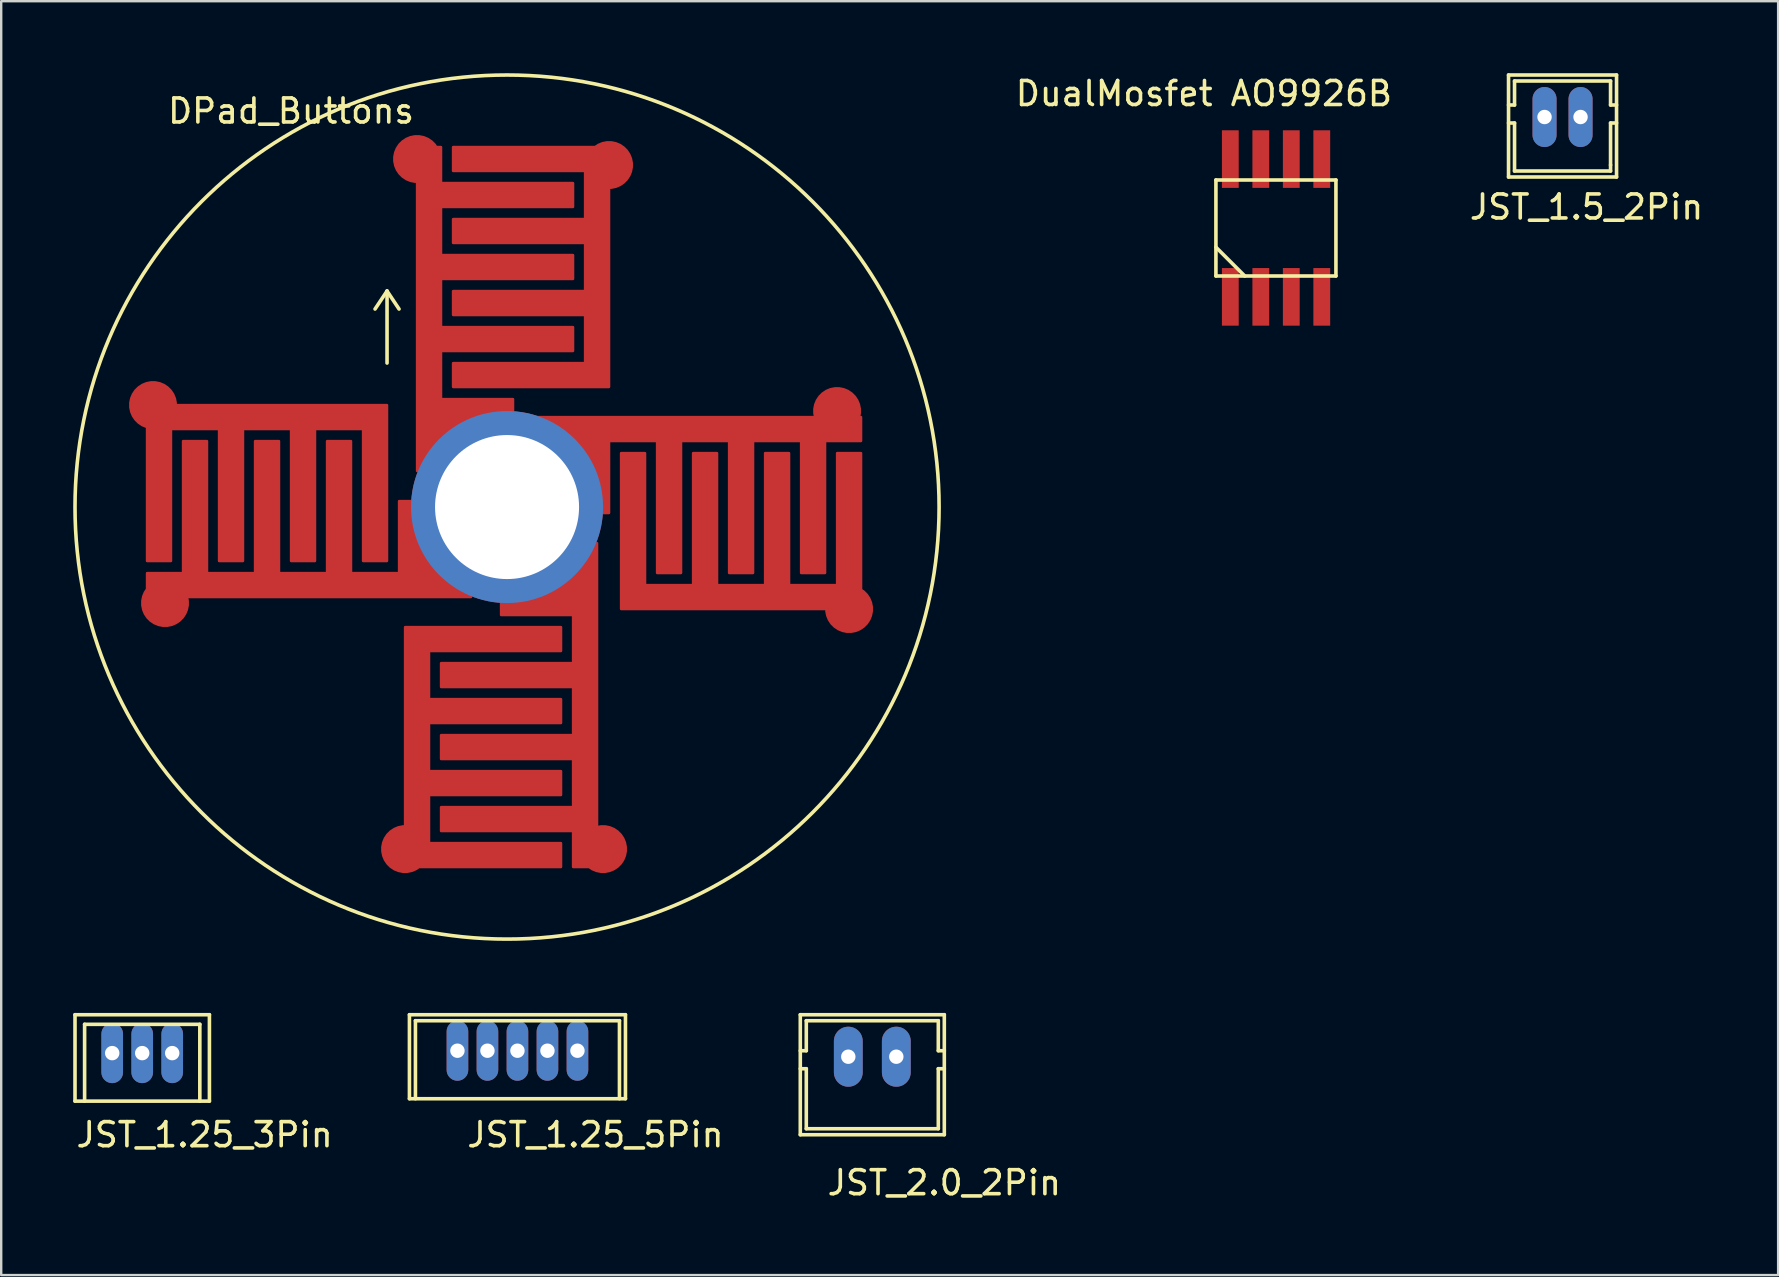
<source format=kicad_pcb>
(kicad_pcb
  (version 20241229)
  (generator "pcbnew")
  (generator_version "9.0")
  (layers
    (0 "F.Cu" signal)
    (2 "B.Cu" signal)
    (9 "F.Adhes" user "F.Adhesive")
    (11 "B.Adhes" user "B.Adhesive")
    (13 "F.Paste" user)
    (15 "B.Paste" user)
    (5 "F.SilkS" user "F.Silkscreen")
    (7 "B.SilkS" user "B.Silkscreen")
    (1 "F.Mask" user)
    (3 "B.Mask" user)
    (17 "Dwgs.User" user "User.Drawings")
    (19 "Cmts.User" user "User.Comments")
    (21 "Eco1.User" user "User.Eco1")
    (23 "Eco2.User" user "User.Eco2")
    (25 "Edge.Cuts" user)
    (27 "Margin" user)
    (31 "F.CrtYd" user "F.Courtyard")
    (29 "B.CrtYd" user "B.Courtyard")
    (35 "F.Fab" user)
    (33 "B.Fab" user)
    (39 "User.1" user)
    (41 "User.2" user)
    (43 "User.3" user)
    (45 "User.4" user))
  (footprint "JST_1.25_5Pin"
    (layer "F.Cu")
    (at 18.508 40.725)
    (property "Reference" "JST_1.25_5Pin" (at 3.25 3.5 0) (layer "F.SilkS") (effects (font (size 1 1) (thickness 0.15))))
    (attr through_hole)
    (fp_line (start -4.5 -1.5) (end 4.5 -1.5) (stroke (width 0.15) (type solid)) (layer "F.SilkS"))
    (fp_line (start -4.5 2) (end -4.5 -1.5) (stroke (width 0.15) (type solid)) (layer "F.SilkS"))
    (fp_line (start -4.25 -1.25) (end 4.25 -1.25) (stroke (width 0.15) (type solid)) (layer "F.SilkS"))
    (fp_line (start -4.25 2) (end -4.25 -1.25) (stroke (width 0.15) (type solid)) (layer "F.SilkS"))
    (fp_line (start 4.25 -1.25) (end 4.25 2) (stroke (width 0.15) (type solid)) (layer "F.SilkS"))
    (fp_line (start 4.5 -1.5) (end 4.5 2) (stroke (width 0.15) (type solid)) (layer "F.SilkS"))
    (fp_line (start 4.5 2) (end -4.5 2) (stroke (width 0.15) (type solid)) (layer "F.SilkS"))
    (pad "1" thru_hole oval (at -2.5 0) (size 0.9 2.5) (drill 0.6) (layers "*.Cu" "*.Mask"))
    (pad "2" thru_hole oval (at -1.25 0) (size 0.9 2.5) (drill 0.6) (layers "*.Cu" "*.Mask"))
    (pad "3" thru_hole oval (at 0 0) (size 0.9 2.5) (drill 0.6) (layers "*.Cu" "*.Mask"))
    (pad "4" thru_hole oval (at 1.25 0) (size 0.9 2.5) (drill 0.6) (layers "*.Cu" "*.Mask"))
    (pad "5" thru_hole oval (at 2.5 0) (size 0.9 2.5) (drill 0.6) (layers "*.Cu" "*.Mask")))
  (footprint "JST_2.0_2Pin"
    (layer "F.Cu")
    (at 33.292 40.975)
    (property "Reference" "JST_2.0_2Pin" (at 3 5.25 0) (layer "F.SilkS") (effects (font (size 1 1) (thickness 0.15))))
    (attr through_hole)
    (fp_line (start -3 -1.75) (end 3 -1.75) (stroke (width 0.15) (type solid)) (layer "F.SilkS"))
    (fp_line (start -3 -0.25) (end -2.75 -0.25) (stroke (width 0.15) (type solid)) (layer "F.SilkS"))
    (fp_line (start -3 3.25) (end -3 -1.75) (stroke (width 0.15) (type solid)) (layer "F.SilkS"))
    (fp_line (start -2.75 -1.5) (end 2.75 -1.5) (stroke (width 0.15) (type solid)) (layer "F.SilkS"))
    (fp_line (start -2.75 -0.25) (end -2.75 -1.5) (stroke (width 0.15) (type solid)) (layer "F.SilkS"))
    (fp_line (start -2.75 0.5) (end -3 0.5) (stroke (width 0.15) (type solid)) (layer "F.SilkS"))
    (fp_line (start -2.75 3) (end -2.75 0.5) (stroke (width 0.15) (type solid)) (layer "F.SilkS"))
    (fp_line (start 2.75 -1.5) (end 2.75 -0.25) (stroke (width 0.15) (type solid)) (layer "F.SilkS"))
    (fp_line (start 2.75 -0.25) (end 3 -0.25) (stroke (width 0.15) (type solid)) (layer "F.SilkS"))
    (fp_line (start 2.75 0.5) (end 2.75 3) (stroke (width 0.15) (type solid)) (layer "F.SilkS"))
    (fp_line (start 2.75 3) (end -2.75 3) (stroke (width 0.15) (type solid)) (layer "F.SilkS"))
    (fp_line (start 3 -1.75) (end 3 3.25) (stroke (width 0.15) (type solid)) (layer "F.SilkS"))
    (fp_line (start 3 0.5) (end 2.75 0.5) (stroke (width 0.15) (type solid)) (layer "F.SilkS"))
    (fp_line (start 3 3.25) (end -3 3.25) (stroke (width 0.15) (type solid)) (layer "F.SilkS"))
    (pad "1" thru_hole oval (at -1 0) (size 1.2 2.5) (drill 0.6) (layers "*.Cu" "*.Mask"))
    (pad "2" thru_hole oval (at 1 0) (size 1.2 2.5) (drill 0.6) (layers "*.Cu" "*.Mask")))
  (footprint "DualMosfet AO9926B"
    (layer "F.Cu")
    (at 50.108 6.448)
    (property "Reference" "DualMosfet AO9926B" (at -3 -5.6 0) (layer "F.SilkS") (effects (font (size 1 1) (thickness 0.15))))
    (attr through_hole)
    (fp_line (start -2.5 -2) (end 2.5 -2) (stroke (width 0.15) (type solid)) (layer "F.SilkS"))
    (fp_line (start -2.5 2) (end -2.5 -2) (stroke (width 0.15) (type solid)) (layer "F.SilkS"))
    (fp_line (start -1.3 2) (end -2.5 0.8) (stroke (width 0.15) (type solid)) (layer "F.SilkS"))
    (fp_line (start 2.5 -2) (end 2.5 2) (stroke (width 0.15) (type solid)) (layer "F.SilkS"))
    (fp_line (start 2.5 2) (end -2.5 2) (stroke (width 0.15) (type solid)) (layer "F.SilkS"))
    (pad "1" smd rect (at -1.9 2.87) (size 0.7 2.4) (layers "F.Cu" "F.Mask" "F.Paste"))
    (pad "2" smd rect (at -0.63 2.87) (size 0.7 2.4) (layers "F.Cu" "F.Mask" "F.Paste"))
    (pad "3" smd rect (at 0.64 2.87) (size 0.7 2.4) (layers "F.Cu" "F.Mask" "F.Paste"))
    (pad "4" smd rect (at 1.91 2.87) (size 0.7 2.4) (layers "F.Cu" "F.Mask" "F.Paste"))
    (pad "5" smd rect (at 1.91 -2.87) (size 0.7 2.4) (layers "F.Cu" "F.Mask" "F.Paste"))
    (pad "6" smd rect (at 0.64 -2.87) (size 0.7 2.4) (layers "F.Cu" "F.Mask" "F.Paste"))
    (pad "7" smd rect (at -0.63 -2.87) (size 0.7 2.4) (layers "F.Cu" "F.Mask" "F.Paste"))
    (pad "8" smd rect (at -1.9 -2.87) (size 0.7 2.4) (layers "F.Cu" "F.Mask" "F.Paste")))
  (footprint "JST_1.5_2Pin"
    (layer "F.Cu")
    (at 62.049 1.825)
    (property "Reference" "JST_1.5_2Pin" (at 1 3.75 0) (layer "F.SilkS") (effects (font (size 1 1) (thickness 0.15))))
    (attr through_hole)
    (fp_line (start -2.25 -1.75) (end 2.25 -1.75) (stroke (width 0.15) (type solid)) (layer "F.SilkS"))
    (fp_line (start -2.25 -0.5) (end -2 -0.5) (stroke (width 0.15) (type solid)) (layer "F.SilkS"))
    (fp_line (start -2.25 2.5) (end -2.25 -1.75) (stroke (width 0.15) (type solid)) (layer "F.SilkS"))
    (fp_line (start -2 -1.5) (end 2 -1.5) (stroke (width 0.15) (type solid)) (layer "F.SilkS"))
    (fp_line (start -2 -0.5) (end -2 -1.5) (stroke (width 0.15) (type solid)) (layer "F.SilkS"))
    (fp_line (start -2 0.25) (end -2.25 0.25) (stroke (width 0.15) (type solid)) (layer "F.SilkS"))
    (fp_line (start -2 2.25) (end -2 0.25) (stroke (width 0.15) (type solid)) (layer "F.SilkS"))
    (fp_line (start 2 -1.5) (end 2 -0.5) (stroke (width 0.15) (type solid)) (layer "F.SilkS"))
    (fp_line (start 2 -0.5) (end 2.25 -0.5) (stroke (width 0.15) (type solid)) (layer "F.SilkS"))
    (fp_line (start 2 0.25) (end 2 2) (stroke (width 0.15) (type solid)) (layer "F.SilkS"))
    (fp_line (start 2 2) (end 2 2.25) (stroke (width 0.15) (type solid)) (layer "F.SilkS"))
    (fp_line (start 2 2.25) (end -2 2.25) (stroke (width 0.15) (type solid)) (layer "F.SilkS"))
    (fp_line (start 2.25 -1.75) (end 2.25 2.5) (stroke (width 0.15) (type solid)) (layer "F.SilkS"))
    (fp_line (start 2.25 0.25) (end 2 0.25) (stroke (width 0.15) (type solid)) (layer "F.SilkS"))
    (fp_line (start 2.25 2.5) (end -2.25 2.5) (stroke (width 0.15) (type solid)) (layer "F.SilkS"))
    (pad "1" thru_hole oval (at -0.75 0) (size 1 2.5) (drill 0.6) (layers "*.Cu" "*.Mask"))
    (pad "2" thru_hole oval (at 0.75 0) (size 1 2.5) (drill 0.6) (layers "*.Cu" "*.Mask")))
  (footprint "JST_1.25_3Pin"
    (layer "F.Cu")
    (at 2.875 40.825)
    (property "Reference" "JST_1.25_3Pin" (at 2.6 3.4 0) (layer "F.SilkS") (effects (font (size 1 1) (thickness 0.15))))
    (attr through_hole)
    (fp_line (start -2.8 -1.6) (end 2.8 -1.6) (stroke (width 0.15) (type solid)) (layer "F.SilkS"))
    (fp_line (start -2.8 2) (end -2.8 -1.6) (stroke (width 0.15) (type solid)) (layer "F.SilkS"))
    (fp_line (start -2.4 -1.2) (end 2.4 -1.2) (stroke (width 0.15) (type solid)) (layer "F.SilkS"))
    (fp_line (start -2.4 2) (end -2.4 -1.2) (stroke (width 0.15) (type solid)) (layer "F.SilkS"))
    (fp_line (start 2.4 -1.2) (end 2.4 2) (stroke (width 0.15) (type solid)) (layer "F.SilkS"))
    (fp_line (start 2.8 -1.6) (end 2.8 2) (stroke (width 0.15) (type solid)) (layer "F.SilkS"))
    (fp_line (start 2.8 2) (end -2.8 2) (stroke (width 0.15) (type solid)) (layer "F.SilkS"))
    (pad "1" thru_hole oval (at -1.25 0) (size 0.9 2.5) (drill 0.6) (layers "*.Cu" "*.Mask"))
    (pad "2" thru_hole oval (at 0 0) (size 0.9 2.5) (drill 0.6) (layers "*.Cu" "*.Mask"))
    (pad "3" thru_hole oval (at 1.25 0) (size 0.9 2.5) (drill 0.6) (layers "*.Cu" "*.Mask")))
  (footprint "DPad_Buttons"
    (layer "F.Cu")
    (at 18.075 18.075)
    (property "Reference" "DPad_Buttons" (at -9 -16.5 0) (layer "F.SilkS") (effects (font (size 1 1) (thickness 0.15))))
    (attr through_hole)
    (fp_line (start -5 -9) (end -5.5 -8.25) (stroke (width 0.15) (type solid)) (layer "F.SilkS"))
    (fp_line (start -5 -9) (end -4.5 -8.25) (stroke (width 0.15) (type solid)) (layer "F.SilkS"))
    (fp_line (start -5 -6) (end -5 -9) (stroke (width 0.15) (type solid)) (layer "F.SilkS"))
    (fp_circle (center 0 0) (end 18 0) (stroke (width 0.15) (type solid)) (fill no) (layer "F.SilkS"))
    (pad "1" smd custom (at -14.25 4) (size 2 2) (layers "F.Cu" "F.Mask" "F.Paste") (options (anchor circle)) (primitives (gr_poly (pts (xy 0.75 -1.25) (xy 0.75 -6.75) (xy 1.75 -6.75) (xy 1.75 -1.25) (xy 3.75 -1.25) (xy 3.75 -6.75) (xy 4.75 -6.75) (xy 4.75 -1.25) (xy 6.75 -1.25) (xy 6.75 -6.75) (xy 7.75 -6.75) (xy 7.75 -1.25) (xy 9.75 -1.25) (xy 9.75 -4.25) (xy 10.75 -4.25) (xy 11.25 -2.25) (xy 12.75 -0.25) (xy -0.75 -0.25) (xy -0.75 -1.25)) (width 0.1) (fill yes))))
    (pad "1" smd custom (at -3.75 -14.5) (size 2 2) (layers "F.Cu" "F.Mask" "F.Paste") (options (anchor circle)) (primitives (gr_poly (pts (xy 1 1) (xy 6.5 1) (xy 6.5 2) (xy 1 2) (xy 1 4) (xy 6.5 4) (xy 6.5 5) (xy 1 5) (xy 1 7) (xy 6.5 7) (xy 6.5 8) (xy 1 8) (xy 1 10) (xy 4 10) (xy 4 11) (xy 2 11.5) (xy 0 13) (xy 0 -0.5) (xy 1 -0.5)) (width 0.1) (fill yes))))
    (pad "1" thru_hole circle (at 0 0) (size 8 8) (drill 6) (layers "*.Cu" "*.Mask"))
    (pad "1" smd custom (at 4 14.25) (size 2 2) (layers "F.Cu" "F.Mask" "F.Paste") (options (anchor circle)) (primitives (gr_poly (pts (xy -1.25 -0.75) (xy -6.75 -0.75) (xy -6.75 -1.75) (xy -1.25 -1.75) (xy -1.25 -3.75) (xy -6.75 -3.75) (xy -6.75 -4.75) (xy -1.25 -4.75) (xy -1.25 -6.75) (xy -6.75 -6.75) (xy -6.75 -7.75) (xy -1.25 -7.75) (xy -1.25 -9.75) (xy -4.25 -9.75) (xy -4.25 -10.75) (xy -2.25 -11.25) (xy -0.25 -12.75) (xy -0.25 0.75) (xy -1.25 0.75)) (width 0.1) (fill yes))))
    (pad "1" smd custom (at 13.75 -4) (size 2 2) (layers "F.Cu" "F.Mask" "F.Paste") (options (anchor circle)) (primitives (gr_poly (pts (xy -0.5 1.25) (xy -0.5 6.75) (xy -1.5 6.75) (xy -1.5 1.25) (xy -3.5 1.25) (xy -3.5 6.75) (xy -4.5 6.75) (xy -4.5 1.25) (xy -6.5 1.25) (xy -6.5 6.75) (xy -7.5 6.75) (xy -7.5 1.25) (xy -9.5 1.25) (xy -9.5 4.25) (xy -10.5 4.25) (xy -11 2.25) (xy -12.5 0.25) (xy 1 0.25) (xy 1 1.25)) (width 0.1) (fill yes))))
    (pad "2" smd custom (at 4.25 -14.25) (size 2 2) (layers "F.Cu" "F.Mask" "F.Paste") (options (anchor circle)) (primitives (gr_poly (pts (xy 0 9.25) (xy -6.5 9.25) (xy -6.5 8.25) (xy -1 8.25) (xy -1 6.25) (xy -6.5 6.25) (xy -6.5 5.25) (xy -1 5.25) (xy -1 3.25) (xy -6.5 3.25) (xy -6.5 2.25) (xy -1 2.25) (xy -1 0.25) (xy -6.5 0.25) (xy -6.5 -0.75) (xy 0 -0.75)) (width 0.1) (fill yes))))
    (pad "3" smd custom (at 14.25 4.25) (size 2 2) (layers "F.Cu" "F.Mask" "F.Paste") (options (anchor circle)) (primitives (gr_poly (pts (xy -9.5 0) (xy -9.5 -6.5) (xy -8.5 -6.5) (xy -8.5 -1) (xy -6.5 -1) (xy -6.5 -6.5) (xy -5.5 -6.5) (xy -5.5 -1) (xy -3.5 -1) (xy -3.5 -6.5) (xy -2.5 -6.5) (xy -2.5 -1) (xy -0.5 -1) (xy -0.5 -6.5) (xy 0.5 -6.5) (xy 0.5 0)) (width 0.1) (fill yes))))
    (pad "4" smd custom (at -4.25 14.25) (size 2 2) (layers "F.Cu" "F.Mask" "F.Paste") (options (anchor circle)) (primitives (gr_poly (pts (xy 0 -9.25) (xy 6.5 -9.25) (xy 6.5 -8.25) (xy 1 -8.25) (xy 1 -6.25) (xy 6.5 -6.25) (xy 6.5 -5.25) (xy 1 -5.25) (xy 1 -3.25) (xy 6.5 -3.25) (xy 6.5 -2.25) (xy 1 -2.25) (xy 1 -0.25) (xy 6.5 -0.25) (xy 6.5 0.75) (xy 0 0.75)) (width 0.1) (fill yes))))
    (pad "5" smd custom (at -14.75 -4.25) (size 2 2) (layers "F.Cu" "F.Mask" "F.Paste") (options (anchor circle)) (primitives (gr_poly (pts (xy 9.75 0) (xy 9.75 6.5) (xy 8.75 6.5) (xy 8.75 1) (xy 6.75 1) (xy 6.75 6.5) (xy 5.75 6.5) (xy 5.75 1) (xy 3.75 1) (xy 3.75 6.5) (xy 2.75 6.5) (xy 2.75 1) (xy 0.75 1) (xy 0.75 6.5) (xy -0.25 6.5) (xy -0.25 0)) (width 0.1) (fill yes)))))
  (gr_rect
    (start -3 -3)
    (end 71.031 50.073)
    (stroke (width 0.1) (type default))
    (fill no)
    (layer "Edge.Cuts")))
</source>
